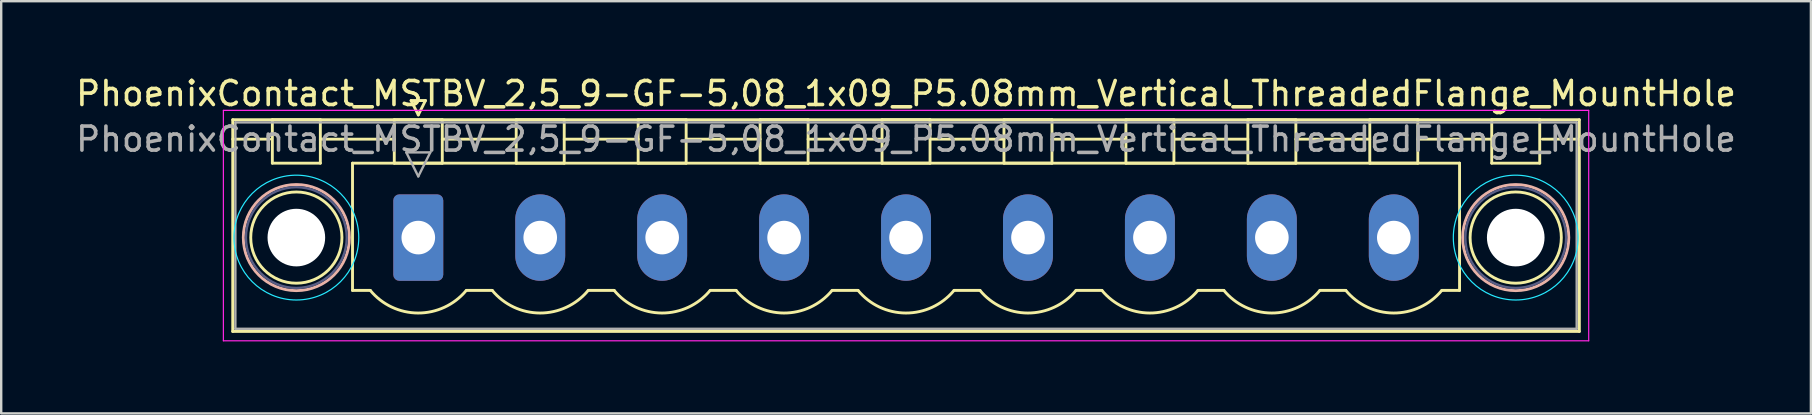
<source format=kicad_pcb>
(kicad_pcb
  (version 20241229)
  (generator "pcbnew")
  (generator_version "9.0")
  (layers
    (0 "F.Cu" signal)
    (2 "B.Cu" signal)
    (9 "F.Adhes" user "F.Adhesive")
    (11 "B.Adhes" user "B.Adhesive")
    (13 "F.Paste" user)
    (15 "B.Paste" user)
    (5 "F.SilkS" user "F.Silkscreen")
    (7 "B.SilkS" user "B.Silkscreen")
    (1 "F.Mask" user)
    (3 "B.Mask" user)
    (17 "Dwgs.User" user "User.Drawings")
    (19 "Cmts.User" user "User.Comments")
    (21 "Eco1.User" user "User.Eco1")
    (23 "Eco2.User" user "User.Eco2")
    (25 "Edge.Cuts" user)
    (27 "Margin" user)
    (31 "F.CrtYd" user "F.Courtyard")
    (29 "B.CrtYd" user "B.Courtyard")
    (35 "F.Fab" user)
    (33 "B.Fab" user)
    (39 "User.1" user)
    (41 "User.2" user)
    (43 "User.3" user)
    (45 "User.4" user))
  (footprint "PhoenixContact_MSTBV_2,5_9-GF-5,08_1x09_P5.08mm_Vertical_ThreadedFlange_MountHole"
    (layer "F.Cu")
    (at 14.376 6.848)
    (property "Reference" "PhoenixContact_MSTBV_2,5_9-GF-5,08_1x09_P5.08mm_Vertical_ThreadedFlange_MountHole" (at 20.32 -6 0) (layer "F.SilkS") (effects (font (size 1 1) (thickness 0.15))))
    (attr through_hole)
    (fp_line (start -7.73 -4.91) (end -7.73 3.91) (stroke (width 0.12) (type solid)) (layer "F.SilkS"))
    (fp_line (start -7.73 -4.1) (end -6.19 -4.1) (stroke (width 0.12) (type solid)) (layer "F.SilkS"))
    (fp_line (start -7.73 3.91) (end 48.37 3.91) (stroke (width 0.12) (type solid)) (layer "F.SilkS"))
    (fp_line (start -6.08 -4.91) (end -4.08 -4.91) (stroke (width 0.12) (type solid)) (layer "F.SilkS"))
    (fp_line (start -6.08 -3.1) (end -6.08 -4.91) (stroke (width 0.12) (type solid)) (layer "F.SilkS"))
    (fp_line (start -4.08 -4.91) (end -4.08 -3.1) (stroke (width 0.12) (type solid)) (layer "F.SilkS"))
    (fp_line (start -4.08 -4.1) (end -1 -4.1) (stroke (width 0.12) (type solid)) (layer "F.SilkS"))
    (fp_line (start -4.08 -3.1) (end -6.08 -3.1) (stroke (width 0.12) (type solid)) (layer "F.SilkS"))
    (fp_line (start -2.74 -3.1) (end 43.38 -3.1) (stroke (width 0.12) (type solid)) (layer "F.SilkS"))
    (fp_line (start -2.74 2.2) (end -2.74 -3.1) (stroke (width 0.12) (type solid)) (layer "F.SilkS"))
    (fp_line (start -2 2.2) (end -2.74 2.2) (stroke (width 0.12) (type solid)) (layer "F.SilkS"))
    (fp_line (start -1 -4.91) (end 1 -4.91) (stroke (width 0.12) (type solid)) (layer "F.SilkS"))
    (fp_line (start -1 -3.1) (end -1 -4.91) (stroke (width 0.12) (type solid)) (layer "F.SilkS"))
    (fp_line (start -0.3 -5.71) (end 0.3 -5.71) (stroke (width 0.12) (type solid)) (layer "F.SilkS"))
    (fp_line (start 0 -5.11) (end -0.3 -5.71) (stroke (width 0.12) (type solid)) (layer "F.SilkS"))
    (fp_line (start 0.3 -5.71) (end 0 -5.11) (stroke (width 0.12) (type solid)) (layer "F.SilkS"))
    (fp_line (start 1 -4.91) (end 1 -3.1) (stroke (width 0.12) (type solid)) (layer "F.SilkS"))
    (fp_line (start 1 -4.1) (end 4.08 -4.1) (stroke (width 0.12) (type solid)) (layer "F.SilkS"))
    (fp_line (start 1 -3.1) (end -1 -3.1) (stroke (width 0.12) (type solid)) (layer "F.SilkS"))
    (fp_line (start 2 2.2) (end 3.08 2.2) (stroke (width 0.12) (type solid)) (layer "F.SilkS"))
    (fp_line (start 4.08 -4.91) (end 6.08 -4.91) (stroke (width 0.12) (type solid)) (layer "F.SilkS"))
    (fp_line (start 4.08 -3.1) (end 4.08 -4.91) (stroke (width 0.12) (type solid)) (layer "F.SilkS"))
    (fp_line (start 6.08 -4.91) (end 6.08 -3.1) (stroke (width 0.12) (type solid)) (layer "F.SilkS"))
    (fp_line (start 6.08 -4.1) (end 9.16 -4.1) (stroke (width 0.12) (type solid)) (layer "F.SilkS"))
    (fp_line (start 6.08 -3.1) (end 4.08 -3.1) (stroke (width 0.12) (type solid)) (layer "F.SilkS"))
    (fp_line (start 7.08 2.2) (end 8.16 2.2) (stroke (width 0.12) (type solid)) (layer "F.SilkS"))
    (fp_line (start 9.16 -4.91) (end 11.16 -4.91) (stroke (width 0.12) (type solid)) (layer "F.SilkS"))
    (fp_line (start 9.16 -3.1) (end 9.16 -4.91) (stroke (width 0.12) (type solid)) (layer "F.SilkS"))
    (fp_line (start 11.16 -4.91) (end 11.16 -3.1) (stroke (width 0.12) (type solid)) (layer "F.SilkS"))
    (fp_line (start 11.16 -4.1) (end 14.24 -4.1) (stroke (width 0.12) (type solid)) (layer "F.SilkS"))
    (fp_line (start 11.16 -3.1) (end 9.16 -3.1) (stroke (width 0.12) (type solid)) (layer "F.SilkS"))
    (fp_line (start 12.16 2.2) (end 13.24 2.2) (stroke (width 0.12) (type solid)) (layer "F.SilkS"))
    (fp_line (start 14.24 -4.91) (end 16.24 -4.91) (stroke (width 0.12) (type solid)) (layer "F.SilkS"))
    (fp_line (start 14.24 -3.1) (end 14.24 -4.91) (stroke (width 0.12) (type solid)) (layer "F.SilkS"))
    (fp_line (start 16.24 -4.91) (end 16.24 -3.1) (stroke (width 0.12) (type solid)) (layer "F.SilkS"))
    (fp_line (start 16.24 -4.1) (end 19.32 -4.1) (stroke (width 0.12) (type solid)) (layer "F.SilkS"))
    (fp_line (start 16.24 -3.1) (end 14.24 -3.1) (stroke (width 0.12) (type solid)) (layer "F.SilkS"))
    (fp_line (start 17.24 2.2) (end 18.32 2.2) (stroke (width 0.12) (type solid)) (layer "F.SilkS"))
    (fp_line (start 19.32 -4.91) (end 21.32 -4.91) (stroke (width 0.12) (type solid)) (layer "F.SilkS"))
    (fp_line (start 19.32 -3.1) (end 19.32 -4.91) (stroke (width 0.12) (type solid)) (layer "F.SilkS"))
    (fp_line (start 21.32 -4.91) (end 21.32 -3.1) (stroke (width 0.12) (type solid)) (layer "F.SilkS"))
    (fp_line (start 21.32 -4.1) (end 24.4 -4.1) (stroke (width 0.12) (type solid)) (layer "F.SilkS"))
    (fp_line (start 21.32 -3.1) (end 19.32 -3.1) (stroke (width 0.12) (type solid)) (layer "F.SilkS"))
    (fp_line (start 22.32 2.2) (end 23.4 2.2) (stroke (width 0.12) (type solid)) (layer "F.SilkS"))
    (fp_line (start 24.4 -4.91) (end 26.4 -4.91) (stroke (width 0.12) (type solid)) (layer "F.SilkS"))
    (fp_line (start 24.4 -3.1) (end 24.4 -4.91) (stroke (width 0.12) (type solid)) (layer "F.SilkS"))
    (fp_line (start 26.4 -4.91) (end 26.4 -3.1) (stroke (width 0.12) (type solid)) (layer "F.SilkS"))
    (fp_line (start 26.4 -4.1) (end 29.48 -4.1) (stroke (width 0.12) (type solid)) (layer "F.SilkS"))
    (fp_line (start 26.4 -3.1) (end 24.4 -3.1) (stroke (width 0.12) (type solid)) (layer "F.SilkS"))
    (fp_line (start 27.4 2.2) (end 28.48 2.2) (stroke (width 0.12) (type solid)) (layer "F.SilkS"))
    (fp_line (start 29.48 -4.91) (end 31.48 -4.91) (stroke (width 0.12) (type solid)) (layer "F.SilkS"))
    (fp_line (start 29.48 -3.1) (end 29.48 -4.91) (stroke (width 0.12) (type solid)) (layer "F.SilkS"))
    (fp_line (start 31.48 -4.91) (end 31.48 -3.1) (stroke (width 0.12) (type solid)) (layer "F.SilkS"))
    (fp_line (start 31.48 -4.1) (end 34.56 -4.1) (stroke (width 0.12) (type solid)) (layer "F.SilkS"))
    (fp_line (start 31.48 -3.1) (end 29.48 -3.1) (stroke (width 0.12) (type solid)) (layer "F.SilkS"))
    (fp_line (start 32.48 2.2) (end 33.56 2.2) (stroke (width 0.12) (type solid)) (layer "F.SilkS"))
    (fp_line (start 34.56 -4.91) (end 36.56 -4.91) (stroke (width 0.12) (type solid)) (layer "F.SilkS"))
    (fp_line (start 34.56 -3.1) (end 34.56 -4.91) (stroke (width 0.12) (type solid)) (layer "F.SilkS"))
    (fp_line (start 36.56 -4.91) (end 36.56 -3.1) (stroke (width 0.12) (type solid)) (layer "F.SilkS"))
    (fp_line (start 36.56 -4.1) (end 39.64 -4.1) (stroke (width 0.12) (type solid)) (layer "F.SilkS"))
    (fp_line (start 36.56 -3.1) (end 34.56 -3.1) (stroke (width 0.12) (type solid)) (layer "F.SilkS"))
    (fp_line (start 37.56 2.2) (end 38.64 2.2) (stroke (width 0.12) (type solid)) (layer "F.SilkS"))
    (fp_line (start 39.64 -4.91) (end 41.64 -4.91) (stroke (width 0.12) (type solid)) (layer "F.SilkS"))
    (fp_line (start 39.64 -3.1) (end 39.64 -4.91) (stroke (width 0.12) (type solid)) (layer "F.SilkS"))
    (fp_line (start 41.64 -4.91) (end 41.64 -3.1) (stroke (width 0.12) (type solid)) (layer "F.SilkS"))
    (fp_line (start 41.64 -4.1) (end 44.72 -4.1) (stroke (width 0.12) (type solid)) (layer "F.SilkS"))
    (fp_line (start 41.64 -3.1) (end 39.64 -3.1) (stroke (width 0.12) (type solid)) (layer "F.SilkS"))
    (fp_line (start 43.38 -3.1) (end 43.38 2.2) (stroke (width 0.12) (type solid)) (layer "F.SilkS"))
    (fp_line (start 43.38 2.2) (end 42.64 2.2) (stroke (width 0.12) (type solid)) (layer "F.SilkS"))
    (fp_line (start 44.72 -4.91) (end 46.72 -4.91) (stroke (width 0.12) (type solid)) (layer "F.SilkS"))
    (fp_line (start 44.72 -3.1) (end 44.72 -4.91) (stroke (width 0.12) (type solid)) (layer "F.SilkS"))
    (fp_line (start 46.72 -4.91) (end 46.72 -3.1) (stroke (width 0.12) (type solid)) (layer "F.SilkS"))
    (fp_line (start 46.72 -3.1) (end 44.72 -3.1) (stroke (width 0.12) (type solid)) (layer "F.SilkS"))
    (fp_line (start 48.37 -4.91) (end -7.73 -4.91) (stroke (width 0.12) (type solid)) (layer "F.SilkS"))
    (fp_line (start 48.37 -4.1) (end 46.83 -4.1) (stroke (width 0.12) (type solid)) (layer "F.SilkS"))
    (fp_line (start 48.37 3.91) (end 48.37 -4.91) (stroke (width 0.12) (type solid)) (layer "F.SilkS"))
    (fp_arc (start 1.986842 2.215821) (mid -0.010289 3.142758) (end -2 2.2) (stroke (width 0.12) (type solid)) (layer "F.SilkS"))
    (fp_arc (start 7.066842 2.215821) (mid 5.069711 3.142758) (end 3.08 2.2) (stroke (width 0.12) (type solid)) (layer "F.SilkS"))
    (fp_arc (start 12.146842 2.215821) (mid 10.149711 3.142758) (end 8.16 2.2) (stroke (width 0.12) (type solid)) (layer "F.SilkS"))
    (fp_arc (start 17.226842 2.215821) (mid 15.229711 3.142758) (end 13.24 2.2) (stroke (width 0.12) (type solid)) (layer "F.SilkS"))
    (fp_arc (start 22.306842 2.215821) (mid 20.309711 3.142758) (end 18.32 2.2) (stroke (width 0.12) (type solid)) (layer "F.SilkS"))
    (fp_arc (start 27.386842 2.215821) (mid 25.389711 3.142758) (end 23.4 2.2) (stroke (width 0.12) (type solid)) (layer "F.SilkS"))
    (fp_arc (start 32.466842 2.215821) (mid 30.469711 3.142758) (end 28.48 2.2) (stroke (width 0.12) (type solid)) (layer "F.SilkS"))
    (fp_arc (start 37.546842 2.215821) (mid 35.549711 3.142758) (end 33.56 2.2) (stroke (width 0.12) (type solid)) (layer "F.SilkS"))
    (fp_arc (start 42.626842 2.215821) (mid 40.629711 3.142758) (end 38.64 2.2) (stroke (width 0.12) (type solid)) (layer "F.SilkS"))
    (fp_circle (center -5.08 0) (end -3.18 0) (stroke (width 0.12) (type solid)) (fill no) (layer "F.SilkS"))
    (fp_circle (center 45.72 0) (end 47.62 0) (stroke (width 0.12) (type solid)) (fill no) (layer "F.SilkS"))
    (fp_circle (center -5.08 0) (end -2.87 0) (stroke (width 0.12) (type solid)) (fill no) (layer "B.SilkS"))
    (fp_circle (center 45.72 0) (end 47.93 0) (stroke (width 0.12) (type solid)) (fill no) (layer "B.SilkS"))
    (fp_circle (center -5.08 0) (end -2.48 0) (stroke (width 0.05) (type solid)) (fill no) (layer "B.CrtYd"))
    (fp_circle (center 45.72 0) (end 48.32 0) (stroke (width 0.05) (type solid)) (fill no) (layer "B.CrtYd"))
    (fp_line (start -8.12 -5.3) (end -8.12 4.3) (stroke (width 0.05) (type solid)) (layer "F.CrtYd"))
    (fp_line (start -8.12 4.3) (end 48.76 4.3) (stroke (width 0.05) (type solid)) (layer "F.CrtYd"))
    (fp_line (start 48.76 -5.3) (end -8.12 -5.3) (stroke (width 0.05) (type solid)) (layer "F.CrtYd"))
    (fp_line (start 48.76 4.3) (end 48.76 -5.3) (stroke (width 0.05) (type solid)) (layer "F.CrtYd"))
    (fp_circle (center -5.08 0) (end -2.98 0) (stroke (width 0.1) (type solid)) (fill no) (layer "B.Fab"))
    (fp_circle (center 45.72 0) (end 47.82 0) (stroke (width 0.1) (type solid)) (fill no) (layer "B.Fab"))
    (fp_line (start -7.62 -4.8) (end -7.62 3.8) (stroke (width 0.1) (type solid)) (layer "F.Fab"))
    (fp_line (start -7.62 3.8) (end 48.26 3.8) (stroke (width 0.1) (type solid)) (layer "F.Fab"))
    (fp_line (start -0.5 -3.55) (end 0.5 -3.55) (stroke (width 0.1) (type solid)) (layer "F.Fab"))
    (fp_line (start 0 -2.55) (end -0.5 -3.55) (stroke (width 0.1) (type solid)) (layer "F.Fab"))
    (fp_line (start 0.5 -3.55) (end 0 -2.55) (stroke (width 0.1) (type solid)) (layer "F.Fab"))
    (fp_line (start 48.26 -4.8) (end -7.62 -4.8) (stroke (width 0.1) (type solid)) (layer "F.Fab"))
    (fp_line (start 48.26 3.8) (end 48.26 -4.8) (stroke (width 0.1) (type solid)) (layer "F.Fab"))
    (fp_text user "${REFERENCE}" (at 20.32 -4.1 0) (layer "F.Fab") (effects (font (size 1 1) (thickness 0.15))))
    (pad "" np_thru_hole circle (at -5.08 0) (size 2.4 2.4) (drill 2.4) (layers "*.Cu" "*.Mask"))
    (pad "" np_thru_hole circle (at 45.72 0) (size 2.4 2.4) (drill 2.4) (layers "*.Cu" "*.Mask"))
    (pad "1" thru_hole roundrect (at 0 0) (size 2.08 3.6) (drill 1.4) (layers "*.Cu" "*.Mask") (roundrect_rratio 0.12))
    (pad "2" thru_hole oval (at 5.08 0) (size 2.08 3.6) (drill 1.4) (layers "*.Cu" "*.Mask"))
    (pad "3" thru_hole oval (at 10.16 0) (size 2.08 3.6) (drill 1.4) (layers "*.Cu" "*.Mask"))
    (pad "4" thru_hole oval (at 15.24 0) (size 2.08 3.6) (drill 1.4) (layers "*.Cu" "*.Mask"))
    (pad "5" thru_hole oval (at 20.32 0) (size 2.08 3.6) (drill 1.4) (layers "*.Cu" "*.Mask"))
    (pad "6" thru_hole oval (at 25.4 0) (size 2.08 3.6) (drill 1.4) (layers "*.Cu" "*.Mask"))
    (pad "7" thru_hole oval (at 30.48 0) (size 2.08 3.6) (drill 1.4) (layers "*.Cu" "*.Mask"))
    (pad "8" thru_hole oval (at 35.56 0) (size 2.08 3.6) (drill 1.4) (layers "*.Cu" "*.Mask"))
    (pad "9" thru_hole oval (at 40.64 0) (size 2.08 3.6) (drill 1.4) (layers "*.Cu" "*.Mask")))
  (gr_rect
    (start -3 -3)
    (end 72.393 14.173)
    (stroke (width 0.1) (type default))
    (fill no)
    (layer "Edge.Cuts")))
</source>
